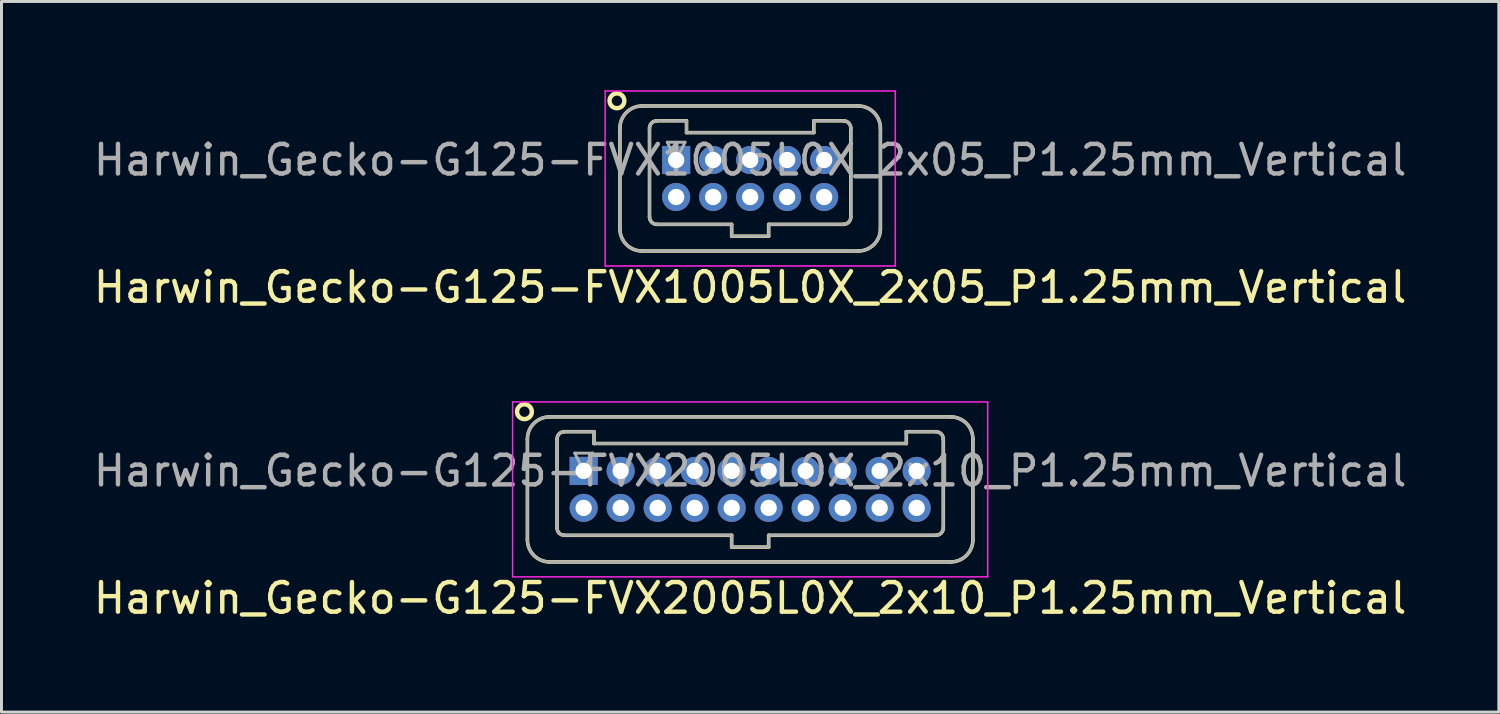
<source format=kicad_pcb>
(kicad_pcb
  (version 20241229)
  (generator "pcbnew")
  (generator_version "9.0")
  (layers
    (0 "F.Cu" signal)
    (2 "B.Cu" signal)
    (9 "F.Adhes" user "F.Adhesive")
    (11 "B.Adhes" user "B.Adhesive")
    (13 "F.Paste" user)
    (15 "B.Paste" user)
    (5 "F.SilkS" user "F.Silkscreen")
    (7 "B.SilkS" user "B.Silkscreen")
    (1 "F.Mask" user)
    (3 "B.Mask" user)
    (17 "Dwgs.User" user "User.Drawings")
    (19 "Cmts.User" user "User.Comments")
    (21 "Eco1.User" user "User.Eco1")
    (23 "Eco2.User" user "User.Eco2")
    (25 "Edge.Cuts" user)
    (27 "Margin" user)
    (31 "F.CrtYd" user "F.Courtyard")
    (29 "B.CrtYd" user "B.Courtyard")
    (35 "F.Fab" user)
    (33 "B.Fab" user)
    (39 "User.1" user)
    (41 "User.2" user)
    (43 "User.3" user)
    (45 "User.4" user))
  (footprint "Harwin_Gecko-G125-FVX2005L0X_2x10_P1.25mm_Vertical"
    (layer "F.Cu")
    (at 16.667 12.858)
    (property "Reference" "Harwin_Gecko-G125-FVX2005L0X_2x10_P1.25mm_Vertical" (at 5.625 4.3 0) (layer "F.SilkS") (effects (font (size 1 1) (thickness 0.15))))
    (attr through_hole)
    (fp_line (start -1.9 -1.075) (end -1.9 2.325) (stroke (width 0.12) (type solid)) (layer "F.SilkS"))
    (fp_line (start -1.15 -1.825) (end 12.4 -1.825) (stroke (width 0.12) (type solid)) (layer "F.SilkS"))
    (fp_line (start -1.15 3.075) (end 12.4 3.075) (stroke (width 0.12) (type solid)) (layer "F.SilkS"))
    (fp_line (start -0.9 -1.075) (end -0.9 1.925) (stroke (width 0.12) (type solid)) (layer "F.SilkS"))
    (fp_line (start -0.65 -1.325) (end 0.35 -1.325) (stroke (width 0.12) (type solid)) (layer "F.SilkS"))
    (fp_line (start -0.65 2.175) (end 5 2.175) (stroke (width 0.12) (type solid)) (layer "F.SilkS"))
    (fp_line (start 0.35 -1.325) (end 0.35 -0.925) (stroke (width 0.12) (type solid)) (layer "F.SilkS"))
    (fp_line (start 0.35 -0.925) (end 10.9 -0.925) (stroke (width 0.12) (type solid)) (layer "F.SilkS"))
    (fp_line (start 5 2.175) (end 5 2.575) (stroke (width 0.12) (type solid)) (layer "F.SilkS"))
    (fp_line (start 5 2.575) (end 6.25 2.575) (stroke (width 0.12) (type solid)) (layer "F.SilkS"))
    (fp_line (start 6.25 2.175) (end 11.9 2.175) (stroke (width 0.12) (type solid)) (layer "F.SilkS"))
    (fp_line (start 6.25 2.575) (end 6.25 2.175) (stroke (width 0.12) (type solid)) (layer "F.SilkS"))
    (fp_line (start 10.9 -1.325) (end 11.9 -1.325) (stroke (width 0.12) (type solid)) (layer "F.SilkS"))
    (fp_line (start 10.9 -0.925) (end 10.9 -1.325) (stroke (width 0.12) (type solid)) (layer "F.SilkS"))
    (fp_line (start 12.15 -1.075) (end 12.15 1.925) (stroke (width 0.12) (type solid)) (layer "F.SilkS"))
    (fp_line (start 13.15 -1.075) (end 13.15 2.325) (stroke (width 0.12) (type solid)) (layer "F.SilkS"))
    (fp_arc (start -1.9 -1.075) (mid -1.68033 -1.60533) (end -1.15 -1.825) (stroke (width 0.12) (type solid)) (layer "F.SilkS"))
    (fp_arc (start -1.15 3.075) (mid -1.68033 2.85533) (end -1.9 2.325) (stroke (width 0.12) (type solid)) (layer "F.SilkS"))
    (fp_arc (start -0.9 -1.075) (mid -0.826777 -1.251777) (end -0.65 -1.325) (stroke (width 0.12) (type solid)) (layer "F.SilkS"))
    (fp_arc (start -0.65 2.175) (mid -0.826777 2.101777) (end -0.9 1.925) (stroke (width 0.12) (type solid)) (layer "F.SilkS"))
    (fp_arc (start 11.9 -1.325) (mid 12.076777 -1.251777) (end 12.15 -1.075) (stroke (width 0.12) (type solid)) (layer "F.SilkS"))
    (fp_arc (start 12.15 1.925) (mid 12.076777 2.101777) (end 11.9 2.175) (stroke (width 0.12) (type solid)) (layer "F.SilkS"))
    (fp_arc (start 12.4 -1.825) (mid 12.93033 -1.60533) (end 13.15 -1.075) (stroke (width 0.12) (type solid)) (layer "F.SilkS"))
    (fp_arc (start 13.15 2.325) (mid 12.93033 2.85533) (end 12.4 3.075) (stroke (width 0.12) (type solid)) (layer "F.SilkS"))
    (fp_circle (center -2 -2) (end -1.75 -2) (stroke (width 0.15) (type solid)) (fill no) (layer "F.SilkS"))
    (fp_line (start -2.4 -2.33) (end -2.4 3.58) (stroke (width 0.05) (type solid)) (layer "F.CrtYd"))
    (fp_line (start -2.4 3.58) (end 13.65 3.58) (stroke (width 0.05) (type solid)) (layer "F.CrtYd"))
    (fp_line (start 13.65 -2.33) (end -2.4 -2.33) (stroke (width 0.05) (type solid)) (layer "F.CrtYd"))
    (fp_line (start 13.65 3.58) (end 13.65 -2.33) (stroke (width 0.05) (type solid)) (layer "F.CrtYd"))
    (fp_line (start -1.9 -1.075) (end -1.9 2.325) (stroke (width 0.1) (type solid)) (layer "F.Fab"))
    (fp_line (start -1.15 -1.825) (end 12.4 -1.825) (stroke (width 0.1) (type solid)) (layer "F.Fab"))
    (fp_line (start -1.15 3.075) (end 12.4 3.075) (stroke (width 0.1) (type solid)) (layer "F.Fab"))
    (fp_line (start -0.9 -1.075) (end -0.9 1.925) (stroke (width 0.1) (type solid)) (layer "F.Fab"))
    (fp_line (start -0.65 -1.325) (end 0.35 -1.325) (stroke (width 0.1) (type solid)) (layer "F.Fab"))
    (fp_line (start -0.65 2.175) (end 5 2.175) (stroke (width 0.1) (type solid)) (layer "F.Fab"))
    (fp_line (start -0.3 -0.6) (end 0.3 -0.6) (stroke (width 0.1) (type solid)) (layer "F.Fab"))
    (fp_line (start 0 0) (end -0.3 -0.6) (stroke (width 0.1) (type solid)) (layer "F.Fab"))
    (fp_line (start 0.3 -0.6) (end 0 0) (stroke (width 0.1) (type solid)) (layer "F.Fab"))
    (fp_line (start 0.35 -1.325) (end 0.35 -0.925) (stroke (width 0.1) (type solid)) (layer "F.Fab"))
    (fp_line (start 0.35 -0.925) (end 10.9 -0.925) (stroke (width 0.1) (type solid)) (layer "F.Fab"))
    (fp_line (start 5 2.175) (end 5 2.575) (stroke (width 0.1) (type solid)) (layer "F.Fab"))
    (fp_line (start 5 2.575) (end 6.25 2.575) (stroke (width 0.1) (type solid)) (layer "F.Fab"))
    (fp_line (start 6.25 2.175) (end 11.9 2.175) (stroke (width 0.1) (type solid)) (layer "F.Fab"))
    (fp_line (start 6.25 2.575) (end 6.25 2.175) (stroke (width 0.1) (type solid)) (layer "F.Fab"))
    (fp_line (start 10.9 -1.325) (end 11.9 -1.325) (stroke (width 0.1) (type solid)) (layer "F.Fab"))
    (fp_line (start 10.9 -0.925) (end 10.9 -1.325) (stroke (width 0.1) (type solid)) (layer "F.Fab"))
    (fp_line (start 12.15 -1.075) (end 12.15 1.925) (stroke (width 0.1) (type solid)) (layer "F.Fab"))
    (fp_line (start 13.15 -1.075) (end 13.15 2.325) (stroke (width 0.1) (type solid)) (layer "F.Fab"))
    (fp_arc (start -1.9 -1.075) (mid -1.68033 -1.60533) (end -1.15 -1.825) (stroke (width 0.1) (type solid)) (layer "F.Fab"))
    (fp_arc (start -1.15 3.075) (mid -1.68033 2.85533) (end -1.9 2.325) (stroke (width 0.1) (type solid)) (layer "F.Fab"))
    (fp_arc (start -0.9 -1.075) (mid -0.826777 -1.251777) (end -0.65 -1.325) (stroke (width 0.1) (type solid)) (layer "F.Fab"))
    (fp_arc (start -0.65 2.175) (mid -0.826777 2.101777) (end -0.9 1.925) (stroke (width 0.1) (type solid)) (layer "F.Fab"))
    (fp_arc (start 11.9 -1.325) (mid 12.076777 -1.251777) (end 12.15 -1.075) (stroke (width 0.1) (type solid)) (layer "F.Fab"))
    (fp_arc (start 12.15 1.925) (mid 12.076777 2.101777) (end 11.9 2.175) (stroke (width 0.1) (type solid)) (layer "F.Fab"))
    (fp_arc (start 12.4 -1.825) (mid 12.93033 -1.60533) (end 13.15 -1.075) (stroke (width 0.1) (type solid)) (layer "F.Fab"))
    (fp_arc (start 13.15 2.325) (mid 12.93033 2.85533) (end 12.4 3.075) (stroke (width 0.1) (type solid)) (layer "F.Fab"))
    (fp_text user "${REFERENCE}" (at 5.625 0 0) (layer "F.Fab") (effects (font (size 1 1) (thickness 0.15))))
    (pad "1" thru_hole rect (at 0 0) (size 0.95 0.95) (drill 0.55) (layers "*.Cu" "*.Mask"))
    (pad "2" thru_hole circle (at 0 1.25) (size 0.95 0.95) (drill 0.55) (layers "*.Cu" "*.Mask"))
    (pad "3" thru_hole circle (at 1.25 0) (size 0.95 0.95) (drill 0.55) (layers "*.Cu" "*.Mask"))
    (pad "4" thru_hole circle (at 1.25 1.25) (size 0.95 0.95) (drill 0.55) (layers "*.Cu" "*.Mask"))
    (pad "5" thru_hole circle (at 2.5 0) (size 0.95 0.95) (drill 0.55) (layers "*.Cu" "*.Mask"))
    (pad "6" thru_hole circle (at 2.5 1.25) (size 0.95 0.95) (drill 0.55) (layers "*.Cu" "*.Mask"))
    (pad "7" thru_hole circle (at 3.75 0) (size 0.95 0.95) (drill 0.55) (layers "*.Cu" "*.Mask"))
    (pad "8" thru_hole circle (at 3.75 1.25) (size 0.95 0.95) (drill 0.55) (layers "*.Cu" "*.Mask"))
    (pad "9" thru_hole circle (at 5 0) (size 0.95 0.95) (drill 0.55) (layers "*.Cu" "*.Mask"))
    (pad "10" thru_hole circle (at 5 1.25) (size 0.95 0.95) (drill 0.55) (layers "*.Cu" "*.Mask"))
    (pad "11" thru_hole circle (at 6.25 0) (size 0.95 0.95) (drill 0.55) (layers "*.Cu" "*.Mask"))
    (pad "12" thru_hole circle (at 6.25 1.25) (size 0.95 0.95) (drill 0.55) (layers "*.Cu" "*.Mask"))
    (pad "13" thru_hole circle (at 7.5 0) (size 0.95 0.95) (drill 0.55) (layers "*.Cu" "*.Mask"))
    (pad "14" thru_hole circle (at 7.5 1.25) (size 0.95 0.95) (drill 0.55) (layers "*.Cu" "*.Mask"))
    (pad "15" thru_hole circle (at 8.75 0) (size 0.95 0.95) (drill 0.55) (layers "*.Cu" "*.Mask"))
    (pad "16" thru_hole circle (at 8.75 1.25) (size 0.95 0.95) (drill 0.55) (layers "*.Cu" "*.Mask"))
    (pad "17" thru_hole circle (at 10 0) (size 0.95 0.95) (drill 0.55) (layers "*.Cu" "*.Mask"))
    (pad "18" thru_hole circle (at 10 1.25) (size 0.95 0.95) (drill 0.55) (layers "*.Cu" "*.Mask"))
    (pad "19" thru_hole circle (at 11.25 0) (size 0.95 0.95) (drill 0.55) (layers "*.Cu" "*.Mask"))
    (pad "20" thru_hole circle (at 11.25 1.25) (size 0.95 0.95) (drill 0.55) (layers "*.Cu" "*.Mask")))
  (footprint "Harwin_Gecko-G125-FVX1005L0X_2x05_P1.25mm_Vertical"
    (layer "F.Cu")
    (at 19.792 2.355)
    (property "Reference" "Harwin_Gecko-G125-FVX1005L0X_2x05_P1.25mm_Vertical" (at 2.5 4.3 0) (layer "F.SilkS") (effects (font (size 1 1) (thickness 0.15))))
    (attr through_hole)
    (fp_line (start -1.9 -1.075) (end -1.9 2.325) (stroke (width 0.12) (type solid)) (layer "F.SilkS"))
    (fp_line (start -1.15 -1.825) (end 6.15 -1.825) (stroke (width 0.12) (type solid)) (layer "F.SilkS"))
    (fp_line (start -1.15 3.075) (end 6.15 3.075) (stroke (width 0.12) (type solid)) (layer "F.SilkS"))
    (fp_line (start -0.9 -1.075) (end -0.9 1.925) (stroke (width 0.12) (type solid)) (layer "F.SilkS"))
    (fp_line (start -0.65 -1.325) (end 0.35 -1.325) (stroke (width 0.12) (type solid)) (layer "F.SilkS"))
    (fp_line (start -0.65 2.175) (end 1.875 2.175) (stroke (width 0.12) (type solid)) (layer "F.SilkS"))
    (fp_line (start 0.35 -1.325) (end 0.35 -0.925) (stroke (width 0.12) (type solid)) (layer "F.SilkS"))
    (fp_line (start 0.35 -0.925) (end 4.65 -0.925) (stroke (width 0.12) (type solid)) (layer "F.SilkS"))
    (fp_line (start 1.875 2.175) (end 1.875 2.575) (stroke (width 0.12) (type solid)) (layer "F.SilkS"))
    (fp_line (start 1.875 2.575) (end 3.125 2.575) (stroke (width 0.12) (type solid)) (layer "F.SilkS"))
    (fp_line (start 3.125 2.175) (end 5.65 2.175) (stroke (width 0.12) (type solid)) (layer "F.SilkS"))
    (fp_line (start 3.125 2.575) (end 3.125 2.175) (stroke (width 0.12) (type solid)) (layer "F.SilkS"))
    (fp_line (start 4.65 -1.325) (end 5.65 -1.325) (stroke (width 0.12) (type solid)) (layer "F.SilkS"))
    (fp_line (start 4.65 -0.925) (end 4.65 -1.325) (stroke (width 0.12) (type solid)) (layer "F.SilkS"))
    (fp_line (start 5.9 -1.075) (end 5.9 1.925) (stroke (width 0.12) (type solid)) (layer "F.SilkS"))
    (fp_line (start 6.9 -1.075) (end 6.9 2.325) (stroke (width 0.12) (type solid)) (layer "F.SilkS"))
    (fp_arc (start -1.9 -1.075) (mid -1.68033 -1.60533) (end -1.15 -1.825) (stroke (width 0.12) (type solid)) (layer "F.SilkS"))
    (fp_arc (start -1.15 3.075) (mid -1.68033 2.85533) (end -1.9 2.325) (stroke (width 0.12) (type solid)) (layer "F.SilkS"))
    (fp_arc (start -0.9 -1.075) (mid -0.826777 -1.251777) (end -0.65 -1.325) (stroke (width 0.12) (type solid)) (layer "F.SilkS"))
    (fp_arc (start -0.65 2.175) (mid -0.826777 2.101777) (end -0.9 1.925) (stroke (width 0.12) (type solid)) (layer "F.SilkS"))
    (fp_arc (start 5.65 -1.325) (mid 5.826777 -1.251777) (end 5.9 -1.075) (stroke (width 0.12) (type solid)) (layer "F.SilkS"))
    (fp_arc (start 5.9 1.925) (mid 5.826777 2.101777) (end 5.65 2.175) (stroke (width 0.12) (type solid)) (layer "F.SilkS"))
    (fp_arc (start 6.15 -1.825) (mid 6.68033 -1.60533) (end 6.9 -1.075) (stroke (width 0.12) (type solid)) (layer "F.SilkS"))
    (fp_arc (start 6.9 2.325) (mid 6.68033 2.85533) (end 6.15 3.075) (stroke (width 0.12) (type solid)) (layer "F.SilkS"))
    (fp_circle (center -2 -2) (end -1.75 -2) (stroke (width 0.15) (type solid)) (fill no) (layer "F.SilkS"))
    (fp_line (start -2.4 -2.33) (end -2.4 3.58) (stroke (width 0.05) (type solid)) (layer "F.CrtYd"))
    (fp_line (start -2.4 3.58) (end 7.4 3.58) (stroke (width 0.05) (type solid)) (layer "F.CrtYd"))
    (fp_line (start 7.4 -2.33) (end -2.4 -2.33) (stroke (width 0.05) (type solid)) (layer "F.CrtYd"))
    (fp_line (start 7.4 3.58) (end 7.4 -2.33) (stroke (width 0.05) (type solid)) (layer "F.CrtYd"))
    (fp_line (start -1.9 -1.075) (end -1.9 2.325) (stroke (width 0.1) (type solid)) (layer "F.Fab"))
    (fp_line (start -1.15 -1.825) (end 6.15 -1.825) (stroke (width 0.1) (type solid)) (layer "F.Fab"))
    (fp_line (start -1.15 3.075) (end 6.15 3.075) (stroke (width 0.1) (type solid)) (layer "F.Fab"))
    (fp_line (start -0.9 -1.075) (end -0.9 1.925) (stroke (width 0.1) (type solid)) (layer "F.Fab"))
    (fp_line (start -0.65 -1.325) (end 0.35 -1.325) (stroke (width 0.1) (type solid)) (layer "F.Fab"))
    (fp_line (start -0.65 2.175) (end 1.875 2.175) (stroke (width 0.1) (type solid)) (layer "F.Fab"))
    (fp_line (start -0.3 -0.6) (end 0.3 -0.6) (stroke (width 0.1) (type solid)) (layer "F.Fab"))
    (fp_line (start 0 0) (end -0.3 -0.6) (stroke (width 0.1) (type solid)) (layer "F.Fab"))
    (fp_line (start 0.3 -0.6) (end 0 0) (stroke (width 0.1) (type solid)) (layer "F.Fab"))
    (fp_line (start 0.35 -1.325) (end 0.35 -0.925) (stroke (width 0.1) (type solid)) (layer "F.Fab"))
    (fp_line (start 0.35 -0.925) (end 4.65 -0.925) (stroke (width 0.1) (type solid)) (layer "F.Fab"))
    (fp_line (start 1.875 2.175) (end 1.875 2.575) (stroke (width 0.1) (type solid)) (layer "F.Fab"))
    (fp_line (start 1.875 2.575) (end 3.125 2.575) (stroke (width 0.1) (type solid)) (layer "F.Fab"))
    (fp_line (start 3.125 2.175) (end 5.65 2.175) (stroke (width 0.1) (type solid)) (layer "F.Fab"))
    (fp_line (start 3.125 2.575) (end 3.125 2.175) (stroke (width 0.1) (type solid)) (layer "F.Fab"))
    (fp_line (start 4.65 -1.325) (end 5.65 -1.325) (stroke (width 0.1) (type solid)) (layer "F.Fab"))
    (fp_line (start 4.65 -0.925) (end 4.65 -1.325) (stroke (width 0.1) (type solid)) (layer "F.Fab"))
    (fp_line (start 5.9 -1.075) (end 5.9 1.925) (stroke (width 0.1) (type solid)) (layer "F.Fab"))
    (fp_line (start 6.9 -1.075) (end 6.9 2.325) (stroke (width 0.1) (type solid)) (layer "F.Fab"))
    (fp_arc (start -1.9 -1.075) (mid -1.68033 -1.60533) (end -1.15 -1.825) (stroke (width 0.1) (type solid)) (layer "F.Fab"))
    (fp_arc (start -1.15 3.075) (mid -1.68033 2.85533) (end -1.9 2.325) (stroke (width 0.1) (type solid)) (layer "F.Fab"))
    (fp_arc (start -0.9 -1.075) (mid -0.826777 -1.251777) (end -0.65 -1.325) (stroke (width 0.1) (type solid)) (layer "F.Fab"))
    (fp_arc (start -0.65 2.175) (mid -0.826777 2.101777) (end -0.9 1.925) (stroke (width 0.1) (type solid)) (layer "F.Fab"))
    (fp_arc (start 5.65 -1.325) (mid 5.826777 -1.251777) (end 5.9 -1.075) (stroke (width 0.1) (type solid)) (layer "F.Fab"))
    (fp_arc (start 5.9 1.925) (mid 5.826777 2.101777) (end 5.65 2.175) (stroke (width 0.1) (type solid)) (layer "F.Fab"))
    (fp_arc (start 6.15 -1.825) (mid 6.68033 -1.60533) (end 6.9 -1.075) (stroke (width 0.1) (type solid)) (layer "F.Fab"))
    (fp_arc (start 6.9 2.325) (mid 6.68033 2.85533) (end 6.15 3.075) (stroke (width 0.1) (type solid)) (layer "F.Fab"))
    (fp_text user "${REFERENCE}" (at 2.5 0 0) (layer "F.Fab") (effects (font (size 1 1) (thickness 0.15))))
    (pad "1" thru_hole rect (at 0 0) (size 0.95 0.95) (drill 0.55) (layers "*.Cu" "*.Mask"))
    (pad "2" thru_hole circle (at 0 1.25) (size 0.95 0.95) (drill 0.55) (layers "*.Cu" "*.Mask"))
    (pad "3" thru_hole circle (at 1.25 0) (size 0.95 0.95) (drill 0.55) (layers "*.Cu" "*.Mask"))
    (pad "4" thru_hole circle (at 1.25 1.25) (size 0.95 0.95) (drill 0.55) (layers "*.Cu" "*.Mask"))
    (pad "5" thru_hole circle (at 2.5 0) (size 0.95 0.95) (drill 0.55) (layers "*.Cu" "*.Mask"))
    (pad "6" thru_hole circle (at 2.5 1.25) (size 0.95 0.95) (drill 0.55) (layers "*.Cu" "*.Mask"))
    (pad "7" thru_hole circle (at 3.75 0) (size 0.95 0.95) (drill 0.55) (layers "*.Cu" "*.Mask"))
    (pad "8" thru_hole circle (at 3.75 1.25) (size 0.95 0.95) (drill 0.55) (layers "*.Cu" "*.Mask"))
    (pad "9" thru_hole circle (at 5 0) (size 0.95 0.95) (drill 0.55) (layers "*.Cu" "*.Mask"))
    (pad "10" thru_hole circle (at 5 1.25) (size 0.95 0.95) (drill 0.55) (layers "*.Cu" "*.Mask")))
  (gr_rect
    (start -3 -3)
    (end 47.583 21.006)
    (stroke (width 0.1) (type default))
    (fill no)
    (layer "Edge.Cuts")))
</source>
